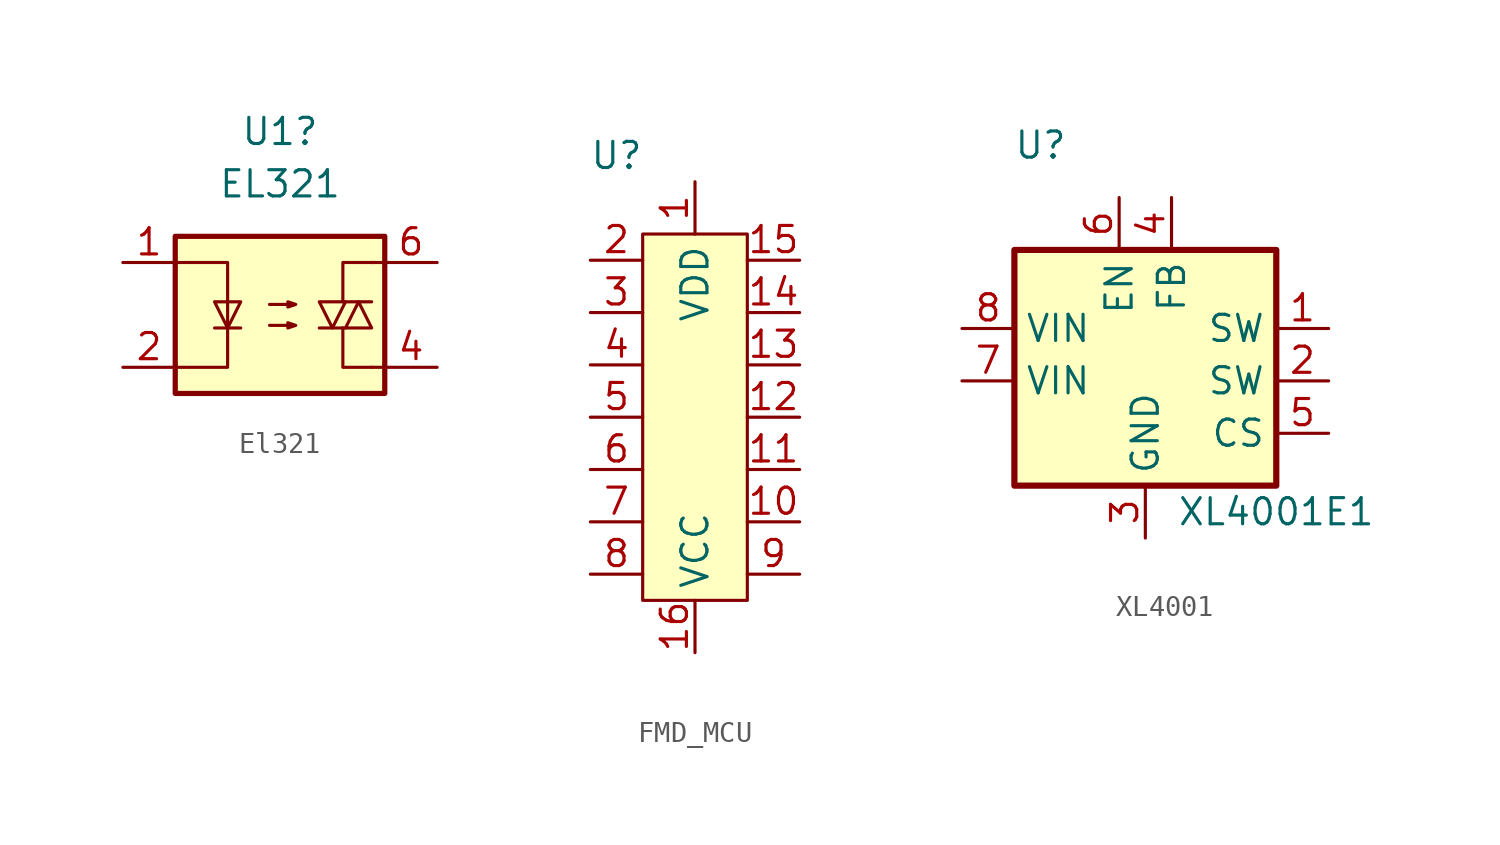
<source format=kicad_sym>
(kicad_symbol_lib
  (version 20220914)
  (generator kicad_symbol_editor)
  (symbol "El321"
    (pin_names
      (offset 0.762))
    (property "Reference" "U1"
      (at 0 8.89 0)
      (effects (font (size 1.27 1.27))))
    (property "Value" "EL321"
      (at 0 6.35 0)
      (effects (font (size 1.27 1.27))))
    (symbol "El321_0_1"
      (rectangle (start -5.08 3.81) (end 5.08 -3.81) (stroke (width 0.254) (type default)) (fill (type background)))
      (polyline (pts (xy -3.175 -0.635) (xy -1.905 -0.635)) (stroke (width 0) (type default)) (fill (type none)))
      (polyline (pts (xy 1.905 -0.635) (xy 3.175 -0.635)) (stroke (width 0) (type default)) (fill (type none)))
      (polyline (pts (xy 4.445 -2.54) (xy 5.08 -2.54)) (stroke (width 0) (type default)) (fill (type none)))
      (polyline (pts (xy 4.445 0.635) (xy 3.175 0.635)) (stroke (width 0) (type default)) (fill (type none)))
      (polyline (pts (xy 4.445 2.54) (xy 5.08 2.54)) (stroke (width 0) (type default)) (fill (type none)))
      (polyline (pts (xy 3.048 0.635) (xy 3.048 2.54) (xy 4.572 2.54)) (stroke (width 0) (type default)) (fill (type none)))
      (polyline (pts (xy 4.445 -2.54) (xy 3.048 -2.54) (xy 3.048 -0.635)) (stroke (width 0) (type default)) (fill (type none)))
      (polyline (pts (xy -5.08 2.54) (xy -2.54 2.54) (xy -2.54 -2.54) (xy -5.08 -2.54)) (stroke (width 0) (type default)) (fill (type none)))
      (polyline (pts (xy -2.54 -0.635) (xy -3.175 0.635) (xy -1.905 0.635) (xy -2.54 -0.635)) (stroke (width 0) (type default)) (fill (type none)))
      (polyline (pts (xy 2.54 -0.635) (xy 1.905 0.635) (xy 3.175 0.635) (xy 2.54 -0.635)) (stroke (width 0) (type default)) (fill (type none)))
      (polyline (pts (xy 3.81 0.635) (xy 4.445 -0.635) (xy 3.175 -0.635) (xy 3.81 0.635)) (stroke (width 0) (type default)) (fill (type none)))
      (polyline (pts (xy -0.508 -0.508) (xy 0.762 -0.508) (xy 0.381 -0.635) (xy 0.381 -0.381) (xy 0.762 -0.508)) (stroke (width 0) (type default)) (fill (type none)))
      (polyline (pts (xy -0.508 0.508) (xy 0.762 0.508) (xy 0.381 0.381) (xy 0.381 0.635) (xy 0.762 0.508)) (stroke (width 0) (type default)) (fill (type none))))
    (symbol "El321_1_1"
      (pin passive line (at -7.62 2.54 0) (length 2.54) (name "~" (effects (font (size 1.27 1.27)))) (number "1" (effects (font (size 1.27 1.27)))))
      (pin passive line (at -7.62 -2.54 0) (length 2.54) (name "~" (effects (font (size 1.27 1.27)))) (number "2" (effects (font (size 1.27 1.27)))))
      (pin passive line (at 7.62 -2.54 180) (length 2.54) (name "~" (effects (font (size 1.27 1.27)))) (number "4" (effects (font (size 1.27 1.27)))))
      (pin passive line (at 7.62 2.54 180) (length 2.54) (name "~" (effects (font (size 1.27 1.27)))) (number "6" (effects (font (size 1.27 1.27)))))))
  (symbol "FMD_MCU"
    (property "Reference" "U"
      (at -3.81 12.7 0)
      (effects (font (size 1.27 1.27))))
    (property "Value" ""
      (at -1.27 -1.27 0)
      (effects (font (size 1.27 1.27))))
    (symbol "FMD_MCU_0_0"
      (pin power_in line (at 0 11.43 270) (length 2.54) (name "VDD" (effects (font (size 1.27 1.27)))) (number "1" (effects (font (size 1.27 1.27)))))
      (pin bidirectional line (at 5.08 -5.08 180) (length 2.54) (name "" (effects (font (size 1.27 1.27)))) (number "10" (effects (font (size 1.27 1.27)))))
      (pin bidirectional line (at 5.08 -2.54 180) (length 2.54) (name "" (effects (font (size 1.27 1.27)))) (number "11" (effects (font (size 1.27 1.27)))))
      (pin bidirectional line (at 5.08 0 180) (length 2.54) (name "" (effects (font (size 1.27 1.27)))) (number "12" (effects (font (size 1.27 1.27)))))
      (pin bidirectional line (at 5.08 2.54 180) (length 2.54) (name "" (effects (font (size 1.27 1.27)))) (number "13" (effects (font (size 1.27 1.27)))))
      (pin bidirectional line (at 5.08 5.08 180) (length 2.54) (name "" (effects (font (size 1.27 1.27)))) (number "14" (effects (font (size 1.27 1.27)))))
      (pin bidirectional line (at 5.08 7.62 180) (length 2.54) (name "" (effects (font (size 1.27 1.27)))) (number "15" (effects (font (size 1.27 1.27)))))
      (pin power_in line (at 0 -11.43 90) (length 2.54) (name "VCC" (effects (font (size 1.27 1.27)))) (number "16" (effects (font (size 1.27 1.27)))))
      (pin bidirectional line (at -5.08 7.62 0) (length 2.54) (name "" (effects (font (size 1.27 1.27)))) (number "2" (effects (font (size 1.27 1.27)))))
      (pin bidirectional line (at -5.08 5.08 0) (length 2.54) (name "" (effects (font (size 1.27 1.27)))) (number "3" (effects (font (size 1.27 1.27)))))
      (pin bidirectional line (at -5.08 2.54 0) (length 2.54) (name "" (effects (font (size 1.27 1.27)))) (number "4" (effects (font (size 1.27 1.27)))))
      (pin bidirectional line (at -5.08 0 0) (length 2.54) (name "" (effects (font (size 1.27 1.27)))) (number "5" (effects (font (size 1.27 1.27)))))
      (pin bidirectional line (at -5.08 -2.54 0) (length 2.54) (name "" (effects (font (size 1.27 1.27)))) (number "6" (effects (font (size 1.27 1.27)))))
      (pin bidirectional line (at -5.08 -5.08 0) (length 2.54) (name "" (effects (font (size 1.27 1.27)))) (number "7" (effects (font (size 1.27 1.27)))))
      (pin bidirectional line (at -5.08 -7.62 0) (length 2.54) (name "" (effects (font (size 1.27 1.27)))) (number "8" (effects (font (size 1.27 1.27)))))
      (pin bidirectional line (at 5.08 -7.62 180) (length 2.54) (name "" (effects (font (size 1.27 1.27)))) (number "9" (effects (font (size 1.27 1.27))))))
    (symbol "FMD_MCU_1_1"
      (rectangle (start -2.54 8.89) (end 2.54 -8.89) (stroke (width 0) (type default)) (fill (type background)))))
  (symbol "XL4001"
    (property "Reference" "U"
      (at -5.08 10.16 0)
      (effects (font (size 1.27 1.27))))
    (property "Value" "XL4001E1"
      (at 6.35 -7.62 0)
      (effects (font (size 1.27 1.27))))
    (symbol "XL4001_0_0"
      (pin power_out line (at 8.89 1.27 180) (length 2.54) (name "SW" (effects (font (size 1.27 1.27)))) (number "1" (effects (font (size 1.27 1.27)))))
      (pin power_out line (at 8.89 -1.27 180) (length 2.54) (name "SW" (effects (font (size 1.27 1.27)))) (number "2" (effects (font (size 1.27 1.27)))))
      (pin power_in line (at 0 -8.89 90) (length 2.54) (name "GND" (effects (font (size 1.27 1.27)))) (number "3" (effects (font (size 1.27 1.27)))))
      (pin input line (at 1.27 7.62 270) (length 2.54) (name "FB" (effects (font (size 1.27 1.27)))) (number "4" (effects (font (size 1.27 1.27)))))
      (pin input line (at 8.89 -3.81 180) (length 2.54) (name "CS" (effects (font (size 1.27 1.27)))) (number "5" (effects (font (size 1.27 1.27)))))
      (pin input line (at -1.27 7.62 270) (length 2.54) (name "EN" (effects (font (size 1.27 1.27)))) (number "6" (effects (font (size 1.27 1.27)))))
      (pin power_in line (at -8.89 -1.27 0) (length 2.54) (name "VIN" (effects (font (size 1.27 1.27)))) (number "7" (effects (font (size 1.27 1.27)))))
      (pin power_in line (at -8.89 1.27 0) (length 2.54) (name "VIN" (effects (font (size 1.27 1.27)))) (number "8" (effects (font (size 1.27 1.27))))))
    (symbol "XL4001_1_1"
      (rectangle (start -6.35 5.08) (end 6.35 -6.35) (stroke (width 0.3) (type default)) (fill (type background))))))
</source>
